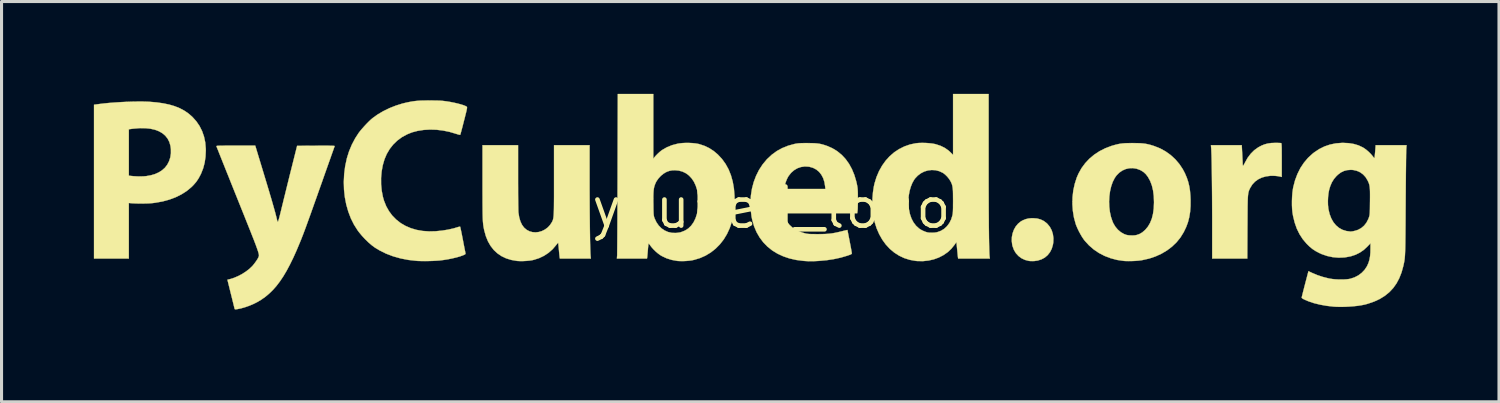
<source format=kicad_pcb>
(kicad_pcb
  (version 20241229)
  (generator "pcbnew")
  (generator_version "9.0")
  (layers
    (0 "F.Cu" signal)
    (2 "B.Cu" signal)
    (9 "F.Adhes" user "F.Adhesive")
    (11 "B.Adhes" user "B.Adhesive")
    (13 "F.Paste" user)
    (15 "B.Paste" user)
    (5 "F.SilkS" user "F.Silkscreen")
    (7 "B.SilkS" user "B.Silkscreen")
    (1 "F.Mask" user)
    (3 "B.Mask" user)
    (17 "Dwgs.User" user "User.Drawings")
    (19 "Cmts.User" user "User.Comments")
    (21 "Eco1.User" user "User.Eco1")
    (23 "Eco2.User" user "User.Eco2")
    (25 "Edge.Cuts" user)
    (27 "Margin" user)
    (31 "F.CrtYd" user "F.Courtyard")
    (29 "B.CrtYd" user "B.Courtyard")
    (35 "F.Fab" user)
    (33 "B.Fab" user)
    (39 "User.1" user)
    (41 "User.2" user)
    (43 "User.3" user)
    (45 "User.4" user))
  (footprint "pycubed_logo"
    (layer "F.Cu")
    (at 21.443 3.701)
    (property "Reference" "pycubed_logo" (at 0 0 0) (layer "F.SilkS") (effects (font (size 1.27 1.27) (thickness 0.15))))
    (attr through_hole)
    (fp_poly (pts (xy 9.206 0.349) (xy 9.322 0.38) (xy 9.427 0.431) (xy 9.521 0.503) (xy 9.544 0.526) (xy 9.623 0.623) (xy 9.682 0.734) (xy 9.72 0.856) (xy 9.738 0.987) (xy 9.734 1.123) (xy 9.721 1.203) (xy 9.683 1.332) (xy 9.625 1.445) (xy 9.549 1.541) (xy 9.457 1.619) (xy 9.349 1.677) (xy 9.226 1.716) (xy 9.111 1.732) (xy 9.051 1.733) (xy 8.99 1.732) (xy 8.941 1.727) (xy 8.94 1.727) (xy 8.816 1.695) (xy 8.703 1.642) (xy 8.604 1.569) (xy 8.521 1.479) (xy 8.456 1.372) (xy 8.411 1.251) (xy 8.4 1.209) (xy 8.384 1.079) (xy 8.388 0.952) (xy 8.412 0.829) (xy 8.454 0.714) (xy 8.512 0.61) (xy 8.587 0.52) (xy 8.675 0.447) (xy 8.738 0.411) (xy 8.832 0.372) (xy 8.924 0.349) (xy 9.025 0.339) (xy 9.075 0.339) (xy 9.206 0.349)) (stroke (width 0.01) (type solid)) (fill yes) (layer "F.SilkS"))
    (fp_poly (pts (xy -19.852 -3.451) (xy -19.704 -3.447) (xy -19.643 -3.444) (xy -19.405 -3.424) (xy -19.188 -3.393) (xy -18.992 -3.352) (xy -18.814 -3.299) (xy -18.652 -3.234) (xy -18.505 -3.156) (xy -18.372 -3.065) (xy -18.25 -2.96) (xy -18.243 -2.953) (xy -18.115 -2.811) (xy -18.009 -2.656) (xy -17.925 -2.489) (xy -17.863 -2.31) (xy -17.823 -2.119) (xy -17.806 -1.917) (xy -17.805 -1.862) (xy -17.815 -1.656) (xy -17.843 -1.465) (xy -17.89 -1.285) (xy -17.958 -1.112) (xy -17.977 -1.073) (xy -18.044 -0.949) (xy -18.117 -0.841) (xy -18.203 -0.741) (xy -18.273 -0.671) (xy -18.425 -0.545) (xy -18.596 -0.436) (xy -18.784 -0.342) (xy -18.99 -0.265) (xy -19.21 -0.205) (xy -19.446 -0.163) (xy -19.533 -0.152) (xy -19.616 -0.145) (xy -19.718 -0.14) (xy -19.83 -0.138) (xy -19.944 -0.137) (xy -20.053 -0.139) (xy -20.15 -0.143) (xy -20.19 -0.145) (xy -20.307 -0.155) (xy -20.307 1.651) (xy -21.438 1.651) (xy -21.438 -2.55) (xy -20.307 -2.55) (xy -20.307 -1.043) (xy -20.253 -1.036) (xy -20.154 -1.026) (xy -20.044 -1.02) (xy -19.933 -1.018) (xy -19.829 -1.021) (xy -19.741 -1.028) (xy -19.737 -1.029) (xy -19.587 -1.056) (xy -19.455 -1.095) (xy -19.335 -1.149) (xy -19.232 -1.214) (xy -19.137 -1.297) (xy -19.059 -1.397) (xy -19 -1.511) (xy -18.959 -1.636) (xy -18.939 -1.77) (xy -18.94 -1.911) (xy -18.954 -2.012) (xy -18.99 -2.137) (xy -19.046 -2.246) (xy -19.122 -2.342) (xy -19.217 -2.422) (xy -19.33 -2.487) (xy -19.461 -2.536) (xy -19.609 -2.569) (xy -19.774 -2.586) (xy -19.955 -2.587) (xy -20.15 -2.571) (xy -20.209 -2.564) (xy -20.307 -2.55) (xy -21.438 -2.55) (xy -21.438 -3.348) (xy -21.276 -3.37) (xy -21.119 -3.389) (xy -20.947 -3.406) (xy -20.764 -3.42) (xy -20.574 -3.432) (xy -20.383 -3.442) (xy -20.196 -3.448) (xy -20.017 -3.451) (xy -19.852 -3.451)) (stroke (width 0.01) (type solid)) (fill yes) (layer "F.SilkS"))
    (fp_poly (pts (xy 17.013 -2.108) (xy 17.07 -2.106) (xy 17.112 -2.104) (xy 17.136 -2.101) (xy 17.138 -2.1) (xy 17.143 -2.096) (xy 17.147 -2.087) (xy 17.15 -2.07) (xy 17.152 -2.043) (xy 17.154 -2.004) (xy 17.156 -1.951) (xy 17.157 -1.881) (xy 17.157 -1.792) (xy 17.158 -1.683) (xy 17.158 -1.551) (xy 17.158 -1.547) (xy 17.158 -1) (xy 17.129 -1.008) (xy 17.04 -1.026) (xy 16.936 -1.037) (xy 16.827 -1.039) (xy 16.788 -1.038) (xy 16.643 -1.019) (xy 16.51 -0.981) (xy 16.391 -0.924) (xy 16.287 -0.848) (xy 16.201 -0.756) (xy 16.133 -0.646) (xy 16.131 -0.642) (xy 16.117 -0.613) (xy 16.104 -0.586) (xy 16.093 -0.559) (xy 16.084 -0.532) (xy 16.076 -0.502) (xy 16.069 -0.467) (xy 16.064 -0.426) (xy 16.059 -0.376) (xy 16.055 -0.316) (xy 16.052 -0.244) (xy 16.05 -0.159) (xy 16.048 -0.058) (xy 16.047 0.06) (xy 16.046 0.198) (xy 16.045 0.356) (xy 16.044 0.537) (xy 16.043 0.632) (xy 16.038 1.651) (xy 14.897 1.651) (xy 14.897 0.505) (xy 14.897 0.287) (xy 14.896 0.069) (xy 14.895 -0.147) (xy 14.894 -0.359) (xy 14.892 -0.565) (xy 14.89 -0.764) (xy 14.888 -0.954) (xy 14.886 -1.133) (xy 14.883 -1.3) (xy 14.881 -1.452) (xy 14.878 -1.588) (xy 14.875 -1.706) (xy 14.871 -1.804) (xy 14.868 -1.881) (xy 14.865 -1.935) (xy 14.864 -1.946) (xy 14.856 -2.032) (xy 15.858 -2.032) (xy 15.873 -1.756) (xy 15.877 -1.671) (xy 15.881 -1.592) (xy 15.885 -1.522) (xy 15.887 -1.468) (xy 15.888 -1.433) (xy 15.888 -1.426) (xy 15.89 -1.392) (xy 15.896 -1.369) (xy 15.899 -1.366) (xy 15.909 -1.374) (xy 15.926 -1.4) (xy 15.948 -1.44) (xy 15.962 -1.466) (xy 16.048 -1.621) (xy 16.148 -1.754) (xy 16.262 -1.868) (xy 16.392 -1.962) (xy 16.501 -2.02) (xy 16.6 -2.06) (xy 16.701 -2.087) (xy 16.811 -2.103) (xy 16.938 -2.108) (xy 16.949 -2.108) (xy 17.013 -2.108)) (stroke (width 0.01) (type solid)) (fill yes) (layer "F.SilkS"))
    (fp_poly (pts (xy -7.658 -0.987) (xy -7.658 -0.813) (xy -7.657 -0.647) (xy -7.657 -0.491) (xy -7.656 -0.347) (xy -7.654 -0.216) (xy -7.653 -0.101) (xy -7.651 -0.004) (xy -7.65 0.074) (xy -7.648 0.13) (xy -7.646 0.163) (xy -7.645 0.165) (xy -7.621 0.314) (xy -7.583 0.442) (xy -7.532 0.551) (xy -7.467 0.64) (xy -7.459 0.649) (xy -7.379 0.717) (xy -7.288 0.765) (xy -7.19 0.792) (xy -7.088 0.799) (xy -6.985 0.788) (xy -6.883 0.757) (xy -6.787 0.709) (xy -6.698 0.644) (xy -6.621 0.562) (xy -6.562 0.473) (xy -6.55 0.451) (xy -6.54 0.429) (xy -6.531 0.407) (xy -6.523 0.383) (xy -6.516 0.355) (xy -6.51 0.322) (xy -6.505 0.281) (xy -6.501 0.231) (xy -6.498 0.171) (xy -6.495 0.099) (xy -6.493 0.013) (xy -6.492 -0.089) (xy -6.491 -0.207) (xy -6.49 -0.345) (xy -6.49 -0.502) (xy -6.49 -0.682) (xy -6.49 -0.885) (xy -6.49 -0.899) (xy -6.49 -2.032) (xy -5.334 -2.032) (xy -5.334 -0.822) (xy -5.334 -0.588) (xy -5.333 -0.357) (xy -5.332 -0.132) (xy -5.331 0.087) (xy -5.329 0.297) (xy -5.327 0.498) (xy -5.325 0.686) (xy -5.322 0.862) (xy -5.32 1.023) (xy -5.317 1.167) (xy -5.313 1.293) (xy -5.31 1.399) (xy -5.307 1.484) (xy -5.303 1.547) (xy -5.301 1.572) (xy -5.293 1.651) (xy -6.299 1.651) (xy -6.305 1.622) (xy -6.308 1.601) (xy -6.313 1.559) (xy -6.319 1.501) (xy -6.326 1.432) (xy -6.331 1.372) (xy -6.338 1.299) (xy -6.344 1.235) (xy -6.349 1.184) (xy -6.353 1.15) (xy -6.355 1.138) (xy -6.363 1.142) (xy -6.382 1.163) (xy -6.41 1.197) (xy -6.425 1.217) (xy -6.538 1.349) (xy -6.67 1.465) (xy -6.816 1.561) (xy -6.975 1.637) (xy -7.143 1.691) (xy -7.193 1.703) (xy -7.284 1.717) (xy -7.389 1.727) (xy -7.498 1.733) (xy -7.602 1.733) (xy -7.692 1.728) (xy -7.697 1.727) (xy -7.879 1.695) (xy -8.045 1.644) (xy -8.196 1.572) (xy -8.33 1.481) (xy -8.448 1.371) (xy -8.55 1.241) (xy -8.636 1.092) (xy -8.705 0.923) (xy -8.757 0.736) (xy -8.763 0.708) (xy -8.771 0.667) (xy -8.779 0.627) (xy -8.785 0.588) (xy -8.791 0.547) (xy -8.795 0.502) (xy -8.8 0.453) (xy -8.803 0.396) (xy -8.806 0.33) (xy -8.808 0.254) (xy -8.81 0.166) (xy -8.811 0.064) (xy -8.812 -0.054) (xy -8.813 -0.19) (xy -8.813 -0.345) (xy -8.814 -0.521) (xy -8.814 -0.719) (xy -8.814 -0.828) (xy -8.814 -2.032) (xy -7.658 -2.032) (xy -7.658 -0.987)) (stroke (width 0.01) (type solid)) (fill yes) (layer "F.SilkS"))
    (fp_poly (pts (xy 12.45 -2.1) (xy 12.555 -2.097) (xy 12.645 -2.09) (xy 12.727 -2.08) (xy 12.806 -2.064) (xy 12.887 -2.044) (xy 12.976 -2.017) (xy 13.018 -2.003) (xy 13.208 -1.927) (xy 13.386 -1.829) (xy 13.55 -1.711) (xy 13.698 -1.575) (xy 13.83 -1.421) (xy 13.943 -1.251) (xy 14.013 -1.117) (xy 14.072 -0.978) (xy 14.118 -0.841) (xy 14.152 -0.7) (xy 14.176 -0.549) (xy 14.19 -0.383) (xy 14.195 -0.26) (xy 14.194 -0.055) (xy 14.18 0.133) (xy 14.152 0.306) (xy 14.11 0.47) (xy 14.051 0.629) (xy 13.975 0.787) (xy 13.968 0.8) (xy 13.863 0.969) (xy 13.738 1.123) (xy 13.593 1.262) (xy 13.431 1.385) (xy 13.253 1.491) (xy 13.059 1.58) (xy 12.852 1.65) (xy 12.632 1.7) (xy 12.59 1.707) (xy 12.498 1.719) (xy 12.393 1.727) (xy 12.281 1.732) (xy 12.171 1.733) (xy 12.073 1.731) (xy 12.023 1.727) (xy 11.805 1.695) (xy 11.598 1.64) (xy 11.401 1.565) (xy 11.216 1.469) (xy 11.046 1.354) (xy 10.892 1.22) (xy 10.754 1.069) (xy 10.724 1.03) (xy 10.675 0.958) (xy 10.622 0.869) (xy 10.569 0.772) (xy 10.522 0.675) (xy 10.483 0.584) (xy 10.464 0.533) (xy 10.406 0.322) (xy 10.37 0.103) (xy 10.354 -0.12) (xy 10.356 -0.201) (xy 11.547 -0.201) (xy 11.553 -0.03) (xy 11.573 0.137) (xy 11.608 0.297) (xy 11.658 0.444) (xy 11.685 0.506) (xy 11.751 0.616) (xy 11.832 0.712) (xy 11.926 0.792) (xy 12.029 0.852) (xy 12.113 0.883) (xy 12.169 0.893) (xy 12.24 0.899) (xy 12.315 0.9) (xy 12.385 0.896) (xy 12.432 0.888) (xy 12.531 0.855) (xy 12.623 0.802) (xy 12.712 0.726) (xy 12.72 0.719) (xy 12.808 0.614) (xy 12.879 0.493) (xy 12.935 0.355) (xy 12.974 0.199) (xy 12.998 0.024) (xy 13.006 -0.171) (xy 13.006 -0.184) (xy 12.999 -0.382) (xy 12.976 -0.561) (xy 12.938 -0.721) (xy 12.884 -0.866) (xy 12.813 -0.995) (xy 12.806 -1.006) (xy 12.742 -1.09) (xy 12.673 -1.155) (xy 12.589 -1.209) (xy 12.554 -1.227) (xy 12.437 -1.27) (xy 12.318 -1.288) (xy 12.2 -1.284) (xy 12.085 -1.257) (xy 11.976 -1.209) (xy 11.877 -1.14) (xy 11.789 -1.051) (xy 11.73 -0.967) (xy 11.665 -0.84) (xy 11.615 -0.696) (xy 11.578 -0.538) (xy 11.556 -0.372) (xy 11.547 -0.201) (xy 10.356 -0.201) (xy 10.359 -0.342) (xy 10.384 -0.562) (xy 10.43 -0.774) (xy 10.495 -0.977) (xy 10.553 -1.111) (xy 10.652 -1.288) (xy 10.772 -1.45) (xy 10.91 -1.597) (xy 11.066 -1.727) (xy 11.24 -1.841) (xy 11.429 -1.936) (xy 11.632 -2.012) (xy 11.678 -2.025) (xy 11.762 -2.049) (xy 11.838 -2.067) (xy 11.91 -2.081) (xy 11.984 -2.09) (xy 12.064 -2.097) (xy 12.157 -2.1) (xy 12.267 -2.101) (xy 12.325 -2.101) (xy 12.45 -2.1)) (stroke (width 0.01) (type solid)) (fill yes) (layer "F.SilkS"))
    (fp_poly (pts (xy 1.868 -2.1) (xy 1.97 -2.097) (xy 2.057 -2.09) (xy 2.134 -2.08) (xy 2.208 -2.064) (xy 2.282 -2.043) (xy 2.363 -2.016) (xy 2.386 -2.008) (xy 2.558 -1.932) (xy 2.715 -1.836) (xy 2.858 -1.719) (xy 2.985 -1.583) (xy 3.096 -1.428) (xy 3.191 -1.254) (xy 3.27 -1.062) (xy 3.332 -0.852) (xy 3.349 -0.776) (xy 3.36 -0.723) (xy 3.368 -0.677) (xy 3.374 -0.632) (xy 3.378 -0.584) (xy 3.381 -0.529) (xy 3.383 -0.461) (xy 3.383 -0.375) (xy 3.384 -0.305) (xy 3.384 -0.213) (xy 3.383 -0.124) (xy 3.381 -0.044) (xy 3.379 0.024) (xy 3.376 0.074) (xy 3.374 0.092) (xy 3.363 0.178) (xy 0.992 0.178) (xy 1 0.225) (xy 1.031 0.346) (xy 1.086 0.457) (xy 1.162 0.557) (xy 1.259 0.645) (xy 1.376 0.721) (xy 1.512 0.783) (xy 1.633 0.822) (xy 1.673 0.833) (xy 1.709 0.841) (xy 1.744 0.847) (xy 1.783 0.851) (xy 1.829 0.854) (xy 1.888 0.855) (xy 1.963 0.856) (xy 2.058 0.857) (xy 2.07 0.857) (xy 2.21 0.856) (xy 2.331 0.852) (xy 2.439 0.844) (xy 2.539 0.833) (xy 2.637 0.816) (xy 2.74 0.794) (xy 2.831 0.772) (xy 2.892 0.757) (xy 2.946 0.743) (xy 2.989 0.733) (xy 3.011 0.728) (xy 3.044 0.722) (xy 3.116 1.09) (xy 3.134 1.184) (xy 3.151 1.271) (xy 3.165 1.348) (xy 3.176 1.41) (xy 3.184 1.456) (xy 3.188 1.48) (xy 3.188 1.483) (xy 3.184 1.495) (xy 3.171 1.506) (xy 3.145 1.52) (xy 3.101 1.536) (xy 3.038 1.558) (xy 3.032 1.56) (xy 2.823 1.621) (xy 2.607 1.668) (xy 2.379 1.703) (xy 2.133 1.726) (xy 2.115 1.727) (xy 2.01 1.733) (xy 1.923 1.737) (xy 1.847 1.737) (xy 1.773 1.736) (xy 1.694 1.732) (xy 1.613 1.726) (xy 1.38 1.696) (xy 1.162 1.647) (xy 0.959 1.578) (xy 0.771 1.491) (xy 0.6 1.386) (xy 0.446 1.263) (xy 0.31 1.123) (xy 0.192 0.966) (xy 0.092 0.793) (xy 0.012 0.605) (xy -0.047 0.402) (xy -0.071 0.286) (xy -0.1 0.054) (xy -0.107 -0.176) (xy -0.092 -0.402) (xy -0.059 -0.61) (xy 0.987 -0.61) (xy 2.328 -0.61) (xy 2.32 -0.691) (xy 2.297 -0.835) (xy 2.256 -0.963) (xy 2.197 -1.074) (xy 2.123 -1.167) (xy 2.033 -1.242) (xy 1.928 -1.297) (xy 1.81 -1.331) (xy 1.785 -1.335) (xy 1.657 -1.342) (xy 1.534 -1.324) (xy 1.418 -1.284) (xy 1.312 -1.221) (xy 1.216 -1.138) (xy 1.135 -1.035) (xy 1.114 -1.002) (xy 1.079 -0.933) (xy 1.046 -0.851) (xy 1.018 -0.765) (xy 0.998 -0.687) (xy 0.995 -0.664) (xy 0.987 -0.61) (xy -0.059 -0.61) (xy -0.057 -0.623) (xy -0.001 -0.835) (xy 0.076 -1.038) (xy 0.171 -1.228) (xy 0.286 -1.405) (xy 0.419 -1.566) (xy 0.441 -1.588) (xy 0.591 -1.728) (xy 0.753 -1.845) (xy 0.927 -1.94) (xy 1.116 -2.016) (xy 1.32 -2.072) (xy 1.321 -2.072) (xy 1.369 -2.082) (xy 1.413 -2.089) (xy 1.458 -2.094) (xy 1.511 -2.098) (xy 1.574 -2.1) (xy 1.654 -2.101) (xy 1.746 -2.101) (xy 1.868 -2.1)) (stroke (width 0.01) (type solid)) (fill yes) (layer "F.SilkS"))
    (fp_poly (pts (xy 7.633 -1.502) (xy 7.633 -1.128) (xy 7.633 -0.779) (xy 7.634 -0.455) (xy 7.635 -0.156) (xy 7.636 0.119) (xy 7.638 0.37) (xy 7.639 0.598) (xy 7.642 0.801) (xy 7.644 0.982) (xy 7.647 1.139) (xy 7.65 1.274) (xy 7.653 1.387) (xy 7.656 1.477) (xy 7.66 1.545) (xy 7.664 1.592) (xy 7.665 1.597) (xy 7.672 1.651) (xy 6.643 1.651) (xy 6.636 1.61) (xy 6.633 1.584) (xy 6.628 1.537) (xy 6.622 1.476) (xy 6.615 1.405) (xy 6.609 1.346) (xy 6.602 1.274) (xy 6.596 1.211) (xy 6.591 1.162) (xy 6.587 1.131) (xy 6.586 1.121) (xy 6.578 1.129) (xy 6.559 1.154) (xy 6.534 1.19) (xy 6.524 1.204) (xy 6.421 1.332) (xy 6.301 1.444) (xy 6.164 1.539) (xy 6.013 1.617) (xy 5.851 1.676) (xy 5.68 1.715) (xy 5.502 1.734) (xy 5.32 1.732) (xy 5.258 1.726) (xy 5.069 1.692) (xy 4.89 1.635) (xy 4.722 1.556) (xy 4.566 1.456) (xy 4.423 1.336) (xy 4.293 1.196) (xy 4.178 1.038) (xy 4.078 0.862) (xy 3.994 0.67) (xy 3.928 0.461) (xy 3.926 0.453) (xy 3.889 0.28) (xy 3.866 0.091) (xy 3.856 -0.107) (xy 3.856 -0.132) (xy 5.028 -0.132) (xy 5.042 0.042) (xy 5.074 0.201) (xy 5.123 0.345) (xy 5.189 0.472) (xy 5.271 0.581) (xy 5.368 0.671) (xy 5.372 0.674) (xy 5.435 0.715) (xy 5.51 0.753) (xy 5.587 0.784) (xy 5.655 0.803) (xy 5.664 0.804) (xy 5.726 0.81) (xy 5.799 0.811) (xy 5.874 0.807) (xy 5.939 0.798) (xy 5.962 0.793) (xy 6.081 0.75) (xy 6.188 0.685) (xy 6.28 0.6) (xy 6.356 0.498) (xy 6.415 0.38) (xy 6.451 0.265) (xy 6.459 0.232) (xy 6.465 0.199) (xy 6.469 0.162) (xy 6.472 0.119) (xy 6.474 0.065) (xy 6.476 -0.003) (xy 6.476 -0.089) (xy 6.477 -0.195) (xy 6.477 -0.229) (xy 6.476 -0.354) (xy 6.475 -0.458) (xy 6.473 -0.543) (xy 6.468 -0.612) (xy 6.461 -0.669) (xy 6.452 -0.718) (xy 6.44 -0.761) (xy 6.424 -0.802) (xy 6.404 -0.844) (xy 6.392 -0.867) (xy 6.346 -0.939) (xy 6.287 -1.012) (xy 6.221 -1.077) (xy 6.156 -1.128) (xy 6.144 -1.135) (xy 6.028 -1.189) (xy 5.907 -1.22) (xy 5.785 -1.227) (xy 5.662 -1.213) (xy 5.544 -1.178) (xy 5.433 -1.122) (xy 5.331 -1.046) (xy 5.242 -0.952) (xy 5.212 -0.91) (xy 5.152 -0.804) (xy 5.102 -0.679) (xy 5.063 -0.543) (xy 5.038 -0.401) (xy 5.031 -0.32) (xy 5.028 -0.132) (xy 3.856 -0.132) (xy 3.858 -0.307) (xy 3.874 -0.504) (xy 3.903 -0.69) (xy 3.925 -0.79) (xy 3.989 -0.998) (xy 4.072 -1.192) (xy 4.172 -1.37) (xy 4.288 -1.532) (xy 4.419 -1.676) (xy 4.565 -1.802) (xy 4.724 -1.907) (xy 4.895 -1.992) (xy 5.077 -2.056) (xy 5.269 -2.096) (xy 5.27 -2.096) (xy 5.362 -2.105) (xy 5.469 -2.108) (xy 5.584 -2.106) (xy 5.699 -2.098) (xy 5.805 -2.086) (xy 5.896 -2.069) (xy 5.912 -2.065) (xy 6.068 -2.014) (xy 6.205 -1.947) (xy 6.324 -1.864) (xy 6.379 -1.815) (xy 6.477 -1.718) (xy 6.477 -3.696) (xy 7.633 -3.696) (xy 7.633 -1.502)) (stroke (width 0.01) (type solid)) (fill yes) (layer "F.SilkS"))
    (fp_poly (pts (xy -3.264 -2.645) (xy -3.264 -1.594) (xy -3.23 -1.638) (xy -3.185 -1.69) (xy -3.127 -1.749) (xy -3.064 -1.808) (xy -3.002 -1.858) (xy -2.974 -1.878) (xy -2.822 -1.966) (xy -2.657 -2.033) (xy -2.475 -2.081) (xy -2.424 -2.09) (xy -2.329 -2.101) (xy -2.22 -2.107) (xy -2.105 -2.107) (xy -1.992 -2.101) (xy -1.886 -2.09) (xy -1.797 -2.074) (xy -1.778 -2.07) (xy -1.604 -2.013) (xy -1.445 -1.937) (xy -1.298 -1.841) (xy -1.168 -1.731) (xy -1.032 -1.585) (xy -0.915 -1.423) (xy -0.818 -1.247) (xy -0.741 -1.055) (xy -0.683 -0.848) (xy -0.644 -0.624) (xy -0.625 -0.384) (xy -0.622 -0.254) (xy -0.633 0.000052) (xy -0.663 0.239) (xy -0.714 0.463) (xy -0.781 0.662) (xy -0.87 0.854) (xy -0.977 1.031) (xy -1.102 1.19) (xy -1.241 1.33) (xy -1.396 1.452) (xy -1.564 1.554) (xy -1.744 1.634) (xy -1.935 1.692) (xy -2.007 1.708) (xy -2.087 1.719) (xy -2.181 1.728) (xy -2.279 1.733) (xy -2.374 1.733) (xy -2.457 1.73) (xy -2.486 1.727) (xy -2.667 1.694) (xy -2.833 1.642) (xy -2.983 1.571) (xy -3.043 1.535) (xy -3.115 1.482) (xy -3.19 1.418) (xy -3.262 1.347) (xy -3.324 1.277) (xy -3.366 1.22) (xy -3.389 1.188) (xy -3.408 1.168) (xy -3.417 1.165) (xy -3.421 1.18) (xy -3.426 1.217) (xy -3.432 1.269) (xy -3.438 1.332) (xy -3.44 1.365) (xy -3.446 1.436) (xy -3.452 1.502) (xy -3.457 1.557) (xy -3.461 1.595) (xy -3.462 1.603) (xy -3.469 1.651) (xy -4.447 1.651) (xy -4.439 1.553) (xy -4.438 1.53) (xy -4.438 1.484) (xy -4.437 1.414) (xy -4.436 1.323) (xy -4.435 1.212) (xy -4.434 1.081) (xy -4.433 0.933) (xy -4.432 0.768) (xy -4.431 0.588) (xy -4.43 0.393) (xy -4.429 0.186) (xy -4.428 -0.033) (xy -4.427 -0.262) (xy -4.427 -0.288) (xy -3.263 -0.288) (xy -3.262 -0.16) (xy -3.261 -0.137) (xy -3.26 -0.028) (xy -3.259 0.059) (xy -3.257 0.127) (xy -3.255 0.18) (xy -3.252 0.221) (xy -3.248 0.253) (xy -3.243 0.28) (xy -3.236 0.304) (xy -3.227 0.33) (xy -3.223 0.343) (xy -3.165 0.467) (xy -3.091 0.575) (xy -3.002 0.666) (xy -2.899 0.737) (xy -2.786 0.787) (xy -2.663 0.815) (xy -2.534 0.819) (xy -2.533 0.819) (xy -2.473 0.813) (xy -2.412 0.804) (xy -2.363 0.793) (xy -2.362 0.792) (xy -2.238 0.743) (xy -2.129 0.674) (xy -2.035 0.584) (xy -1.956 0.474) (xy -1.893 0.346) (xy -1.845 0.198) (xy -1.814 0.032) (xy -1.803 -0.069) (xy -1.798 -0.25) (xy -1.81 -0.418) (xy -1.839 -0.575) (xy -1.884 -0.717) (xy -1.943 -0.844) (xy -2.017 -0.954) (xy -2.104 -1.047) (xy -2.203 -1.121) (xy -2.315 -1.175) (xy -2.437 -1.208) (xy -2.565 -1.219) (xy -2.655 -1.215) (xy -2.732 -1.201) (xy -2.809 -1.175) (xy -2.857 -1.153) (xy -2.936 -1.105) (xy -3.016 -1.039) (xy -3.089 -0.962) (xy -3.149 -0.879) (xy -3.179 -0.826) (xy -3.202 -0.774) (xy -3.22 -0.726) (xy -3.235 -0.675) (xy -3.246 -0.621) (xy -3.254 -0.558) (xy -3.259 -0.484) (xy -3.262 -0.395) (xy -3.263 -0.288) (xy -4.427 -0.288) (xy -4.427 -0.5) (xy -4.426 -0.746) (xy -4.425 -0.999) (xy -4.425 -1.121) (xy -4.418 -3.696) (xy -3.264 -3.696) (xy -3.264 -2.645)) (stroke (width 0.01) (type solid)) (fill yes) (layer "F.SilkS"))
    (fp_poly (pts (xy -10.522 -3.486) (xy -10.409 -3.485) (xy -10.316 -3.484) (xy -10.239 -3.482) (xy -10.173 -3.479) (xy -10.113 -3.474) (xy -10.054 -3.467) (xy -9.991 -3.459) (xy -9.97 -3.456) (xy -9.85 -3.436) (xy -9.735 -3.413) (xy -9.626 -3.388) (xy -9.528 -3.362) (xy -9.443 -3.336) (xy -9.377 -3.311) (xy -9.332 -3.287) (xy -9.328 -3.285) (xy -9.322 -3.279) (xy -9.318 -3.271) (xy -9.317 -3.258) (xy -9.318 -3.238) (xy -9.323 -3.208) (xy -9.332 -3.165) (xy -9.345 -3.108) (xy -9.364 -3.034) (xy -9.387 -2.94) (xy -9.417 -2.824) (xy -9.443 -2.722) (xy -9.467 -2.627) (xy -9.489 -2.544) (xy -9.508 -2.473) (xy -9.523 -2.419) (xy -9.533 -2.384) (xy -9.538 -2.371) (xy -9.553 -2.37) (xy -9.587 -2.377) (xy -9.634 -2.391) (xy -9.679 -2.405) (xy -9.889 -2.467) (xy -10.101 -2.51) (xy -10.313 -2.535) (xy -10.523 -2.541) (xy -10.726 -2.529) (xy -10.92 -2.499) (xy -11.102 -2.451) (xy -11.26 -2.388) (xy -11.43 -2.296) (xy -11.581 -2.185) (xy -11.715 -2.056) (xy -11.829 -1.911) (xy -11.925 -1.749) (xy -12 -1.572) (xy -12.001 -1.568) (xy -12.056 -1.379) (xy -12.092 -1.177) (xy -12.11 -0.969) (xy -12.109 -0.759) (xy -12.089 -0.553) (xy -12.051 -0.355) (xy -12.015 -0.229) (xy -11.943 -0.05) (xy -11.852 0.112) (xy -11.743 0.258) (xy -11.616 0.386) (xy -11.473 0.498) (xy -11.315 0.59) (xy -11.142 0.664) (xy -10.956 0.719) (xy -10.757 0.754) (xy -10.546 0.768) (xy -10.336 0.763) (xy -10.125 0.742) (xy -9.933 0.711) (xy -9.752 0.67) (xy -9.629 0.633) (xy -9.587 0.621) (xy -9.556 0.614) (xy -9.541 0.615) (xy -9.537 0.628) (xy -9.529 0.664) (xy -9.517 0.719) (xy -9.502 0.79) (xy -9.485 0.874) (xy -9.467 0.968) (xy -9.453 1.038) (xy -9.434 1.139) (xy -9.416 1.232) (xy -9.4 1.315) (xy -9.386 1.385) (xy -9.375 1.438) (xy -9.369 1.472) (xy -9.367 1.482) (xy -9.366 1.497) (xy -9.376 1.51) (xy -9.399 1.524) (xy -9.442 1.543) (xy -9.452 1.547) (xy -9.549 1.582) (xy -9.666 1.615) (xy -9.797 1.646) (xy -9.936 1.674) (xy -10.078 1.697) (xy -10.217 1.714) (xy -10.317 1.721) (xy -10.432 1.727) (xy -10.554 1.731) (xy -10.677 1.733) (xy -10.794 1.732) (xy -10.896 1.729) (xy -10.947 1.726) (xy -11.217 1.696) (xy -11.475 1.646) (xy -11.72 1.577) (xy -11.951 1.489) (xy -12.166 1.382) (xy -12.312 1.293) (xy -12.412 1.219) (xy -12.517 1.129) (xy -12.624 1.025) (xy -12.727 0.915) (xy -12.821 0.802) (xy -12.87 0.737) (xy -12.99 0.548) (xy -13.092 0.344) (xy -13.175 0.126) (xy -13.241 -0.104) (xy -13.287 -0.343) (xy -13.314 -0.589) (xy -13.321 -0.84) (xy -13.309 -1.094) (xy -13.277 -1.347) (xy -13.223 -1.599) (xy -13.22 -1.612) (xy -13.151 -1.832) (xy -13.061 -2.049) (xy -12.951 -2.257) (xy -12.841 -2.427) (xy -12.793 -2.49) (xy -12.731 -2.564) (xy -12.661 -2.643) (xy -12.587 -2.723) (xy -12.514 -2.797) (xy -12.447 -2.861) (xy -12.391 -2.909) (xy -12.225 -3.029) (xy -12.039 -3.139) (xy -11.838 -3.237) (xy -11.628 -3.32) (xy -11.414 -3.387) (xy -11.271 -3.421) (xy -11.176 -3.44) (xy -11.093 -3.455) (xy -11.015 -3.466) (xy -10.937 -3.474) (xy -10.856 -3.48) (xy -10.764 -3.484) (xy -10.658 -3.485) (xy -10.532 -3.486) (xy -10.522 -3.486)) (stroke (width 0.01) (type solid)) (fill yes) (layer "F.SilkS"))
    (fp_poly (pts (xy -16.832 -2.019) (xy -16.199 -2.019) (xy -15.921 -1.102) (xy -15.847 -0.857) (xy -15.78 -0.635) (xy -15.721 -0.436) (xy -15.668 -0.258) (xy -15.623 -0.101) (xy -15.584 0.037) (xy -15.551 0.155) (xy -15.525 0.256) (xy -15.504 0.339) (xy -15.494 0.384) (xy -15.483 0.423) (xy -15.471 0.45) (xy -15.462 0.457) (xy -15.456 0.445) (xy -15.444 0.41) (xy -15.427 0.354) (xy -15.407 0.279) (xy -15.384 0.187) (xy -15.357 0.08) (xy -15.35 0.048) (xy -15.329 -0.039) (xy -15.302 -0.147) (xy -15.272 -0.273) (xy -15.237 -0.412) (xy -15.2 -0.562) (xy -15.162 -0.718) (xy -15.122 -0.878) (xy -15.083 -1.037) (xy -15.045 -1.187) (xy -14.838 -2.013) (xy -14.225 -2.016) (xy -14.08 -2.017) (xy -13.958 -2.017) (xy -13.858 -2.017) (xy -13.778 -2.016) (xy -13.716 -2.015) (xy -13.671 -2.013) (xy -13.641 -2.011) (xy -13.624 -2.008) (xy -13.618 -2.005) (xy -13.618 -2.004) (xy -13.623 -1.99) (xy -13.636 -1.953) (xy -13.656 -1.896) (xy -13.683 -1.82) (xy -13.716 -1.727) (xy -13.754 -1.618) (xy -13.798 -1.495) (xy -13.846 -1.36) (xy -13.898 -1.213) (xy -13.953 -1.058) (xy -14.01 -0.895) (xy -14.039 -0.813) (xy -14.124 -0.575) (xy -14.2 -0.359) (xy -14.27 -0.164) (xy -14.332 0.011) (xy -14.388 0.169) (xy -14.439 0.31) (xy -14.485 0.437) (xy -14.526 0.55) (xy -14.563 0.651) (xy -14.597 0.743) (xy -14.628 0.825) (xy -14.657 0.901) (xy -14.684 0.97) (xy -14.71 1.036) (xy -14.736 1.099) (xy -14.74 1.109) (xy -14.852 1.377) (xy -14.962 1.622) (xy -15.071 1.844) (xy -15.178 2.045) (xy -15.286 2.227) (xy -15.396 2.391) (xy -15.507 2.537) (xy -15.622 2.668) (xy -15.742 2.785) (xy -15.866 2.89) (xy -15.997 2.983) (xy -16.136 3.066) (xy -16.157 3.077) (xy -16.273 3.134) (xy -16.401 3.187) (xy -16.533 3.233) (xy -16.66 3.269) (xy -16.776 3.293) (xy -16.801 3.297) (xy -16.839 3.301) (xy -16.859 3.298) (xy -16.868 3.287) (xy -16.872 3.275) (xy -16.876 3.256) (xy -16.886 3.215) (xy -16.901 3.156) (xy -16.919 3.081) (xy -16.941 2.993) (xy -16.965 2.895) (xy -16.991 2.792) (xy -17.103 2.339) (xy -17.021 2.319) (xy -16.89 2.278) (xy -16.756 2.221) (xy -16.623 2.151) (xy -16.498 2.07) (xy -16.386 1.983) (xy -16.292 1.893) (xy -16.27 1.867) (xy -16.216 1.799) (xy -16.167 1.731) (xy -16.126 1.669) (xy -16.098 1.618) (xy -16.092 1.603) (xy -16.087 1.591) (xy -16.083 1.578) (xy -16.08 1.564) (xy -16.079 1.548) (xy -16.08 1.528) (xy -16.084 1.504) (xy -16.091 1.474) (xy -16.102 1.437) (xy -16.116 1.392) (xy -16.135 1.337) (xy -16.158 1.272) (xy -16.186 1.196) (xy -16.22 1.107) (xy -16.26 1.003) (xy -16.307 0.885) (xy -16.36 0.75) (xy -16.421 0.598) (xy -16.489 0.428) (xy -16.565 0.237) (xy -16.65 0.026) (xy -16.744 -0.208) (xy -16.77 -0.273) (xy -16.85 -0.472) (xy -16.927 -0.664) (xy -17.001 -0.849) (xy -17.071 -1.025) (xy -17.138 -1.19) (xy -17.199 -1.344) (xy -17.256 -1.485) (xy -17.306 -1.612) (xy -17.351 -1.723) (xy -17.388 -1.817) (xy -17.418 -1.893) (xy -17.441 -1.949) (xy -17.454 -1.984) (xy -17.459 -1.997) (xy -17.459 -2.002) (xy -17.456 -2.006) (xy -17.446 -2.01) (xy -17.428 -2.013) (xy -17.401 -2.015) (xy -17.361 -2.016) (xy -17.307 -2.018) (xy -17.237 -2.018) (xy -17.148 -2.019) (xy -17.04 -2.019) (xy -16.909 -2.019) (xy -16.832 -2.019)) (stroke (width 0.01) (type solid)) (fill yes) (layer "F.SilkS"))
    (fp_poly (pts (xy 19.338 -2.099) (xy 19.502 -2.072) (xy 19.652 -2.027) (xy 19.79 -1.962) (xy 19.83 -1.938) (xy 19.904 -1.885) (xy 19.982 -1.818) (xy 20.055 -1.745) (xy 20.115 -1.674) (xy 20.12 -1.667) (xy 20.144 -1.636) (xy 20.162 -1.617) (xy 20.168 -1.613) (xy 20.172 -1.625) (xy 20.177 -1.658) (xy 20.182 -1.708) (xy 20.188 -1.771) (xy 20.193 -1.822) (xy 20.209 -2.032) (xy 21.213 -2.032) (xy 21.203 -1.889) (xy 21.202 -1.859) (xy 21.201 -1.804) (xy 21.199 -1.728) (xy 21.198 -1.632) (xy 21.196 -1.516) (xy 21.195 -1.384) (xy 21.193 -1.236) (xy 21.191 -1.075) (xy 21.19 -0.902) (xy 21.188 -0.718) (xy 21.187 -0.526) (xy 21.185 -0.327) (xy 21.184 -0.123) (xy 21.184 -0.114) (xy 21.182 0.129) (xy 21.181 0.347) (xy 21.18 0.544) (xy 21.178 0.719) (xy 21.177 0.875) (xy 21.175 1.013) (xy 21.174 1.135) (xy 21.172 1.241) (xy 21.17 1.333) (xy 21.167 1.414) (xy 21.164 1.483) (xy 21.161 1.544) (xy 21.157 1.597) (xy 21.153 1.643) (xy 21.148 1.685) (xy 21.142 1.723) (xy 21.136 1.759) (xy 21.129 1.795) (xy 21.121 1.832) (xy 21.112 1.872) (xy 21.108 1.892) (xy 21.051 2.099) (xy 20.977 2.287) (xy 20.887 2.457) (xy 20.779 2.609) (xy 20.652 2.744) (xy 20.508 2.861) (xy 20.344 2.963) (xy 20.16 3.048) (xy 19.957 3.118) (xy 19.864 3.144) (xy 19.756 3.166) (xy 19.629 3.186) (xy 19.489 3.201) (xy 19.341 3.212) (xy 19.193 3.219) (xy 19.048 3.221) (xy 18.915 3.217) (xy 18.848 3.213) (xy 18.62 3.187) (xy 18.405 3.149) (xy 18.205 3.1) (xy 18.024 3.039) (xy 17.917 2.994) (xy 17.858 2.965) (xy 17.82 2.941) (xy 17.805 2.924) (xy 17.805 2.922) (xy 17.808 2.906) (xy 17.817 2.867) (xy 17.831 2.81) (xy 17.849 2.738) (xy 17.871 2.653) (xy 17.895 2.558) (xy 17.915 2.481) (xy 18.025 2.061) (xy 18.153 2.121) (xy 18.313 2.188) (xy 18.488 2.246) (xy 18.667 2.292) (xy 18.707 2.301) (xy 18.804 2.316) (xy 18.912 2.326) (xy 19.027 2.331) (xy 19.14 2.331) (xy 19.246 2.326) (xy 19.338 2.316) (xy 19.384 2.307) (xy 19.52 2.263) (xy 19.644 2.199) (xy 19.755 2.116) (xy 19.85 2.017) (xy 19.925 1.904) (xy 19.937 1.88) (xy 19.978 1.785) (xy 20.008 1.686) (xy 20.027 1.578) (xy 20.038 1.455) (xy 20.04 1.342) (xy 20.041 1.154) (xy 19.944 1.256) (xy 19.826 1.367) (xy 19.697 1.456) (xy 19.557 1.526) (xy 19.403 1.577) (xy 19.232 1.609) (xy 19.187 1.615) (xy 19.004 1.622) (xy 18.818 1.606) (xy 18.634 1.567) (xy 18.456 1.506) (xy 18.371 1.467) (xy 18.254 1.405) (xy 18.153 1.338) (xy 18.059 1.26) (xy 17.966 1.169) (xy 17.841 1.021) (xy 17.735 0.858) (xy 17.647 0.679) (xy 17.578 0.483) (xy 17.526 0.271) (xy 17.506 0.152) (xy 17.495 0.043) (xy 17.489 -0.083) (xy 17.489 -0.218) (xy 17.489 -0.218) (xy 18.657 -0.218) (xy 18.66 -0.089) (xy 18.672 0.029) (xy 18.675 0.047) (xy 18.713 0.206) (xy 18.767 0.347) (xy 18.836 0.469) (xy 18.92 0.571) (xy 19.017 0.653) (xy 19.128 0.715) (xy 19.252 0.755) (xy 19.388 0.773) (xy 19.393 0.773) (xy 19.421 0.771) (xy 19.465 0.765) (xy 19.513 0.755) (xy 19.635 0.718) (xy 19.742 0.659) (xy 19.835 0.58) (xy 19.911 0.482) (xy 19.971 0.365) (xy 19.991 0.311) (xy 19.999 0.286) (xy 20.006 0.261) (xy 20.011 0.234) (xy 20.015 0.202) (xy 20.018 0.161) (xy 20.02 0.108) (xy 20.022 0.041) (xy 20.023 -0.044) (xy 20.024 -0.15) (xy 20.025 -0.204) (xy 20.026 -0.334) (xy 20.026 -0.442) (xy 20.025 -0.531) (xy 20.022 -0.603) (xy 20.017 -0.664) (xy 20.01 -0.714) (xy 20 -0.758) (xy 19.987 -0.799) (xy 19.97 -0.84) (xy 19.949 -0.884) (xy 19.949 -0.885) (xy 19.883 -0.994) (xy 19.801 -1.083) (xy 19.705 -1.153) (xy 19.596 -1.201) (xy 19.477 -1.228) (xy 19.4 -1.232) (xy 19.282 -1.223) (xy 19.176 -1.195) (xy 19.078 -1.147) (xy 18.984 -1.076) (xy 18.935 -1.03) (xy 18.854 -0.935) (xy 18.787 -0.827) (xy 18.734 -0.704) (xy 18.699 -0.59) (xy 18.677 -0.478) (xy 18.663 -0.351) (xy 18.657 -0.218) (xy 17.489 -0.218) (xy 17.494 -0.355) (xy 17.504 -0.487) (xy 17.52 -0.605) (xy 17.531 -0.668) (xy 17.589 -0.89) (xy 17.667 -1.097) (xy 17.762 -1.288) (xy 17.877 -1.462) (xy 18.009 -1.619) (xy 18.159 -1.757) (xy 18.211 -1.798) (xy 18.375 -1.907) (xy 18.546 -1.992) (xy 18.725 -2.053) (xy 18.915 -2.092) (xy 19.115 -2.108) (xy 19.158 -2.108) (xy 19.338 -2.099)) (stroke (width 0.01) (type solid)) (fill yes) (layer "F.SilkS")))
  (gr_rect
    (start -3 -3)
    (end 45.66 10.006)
    (stroke (width 0.1) (type default))
    (fill no)
    (layer "Edge.Cuts")))
</source>
